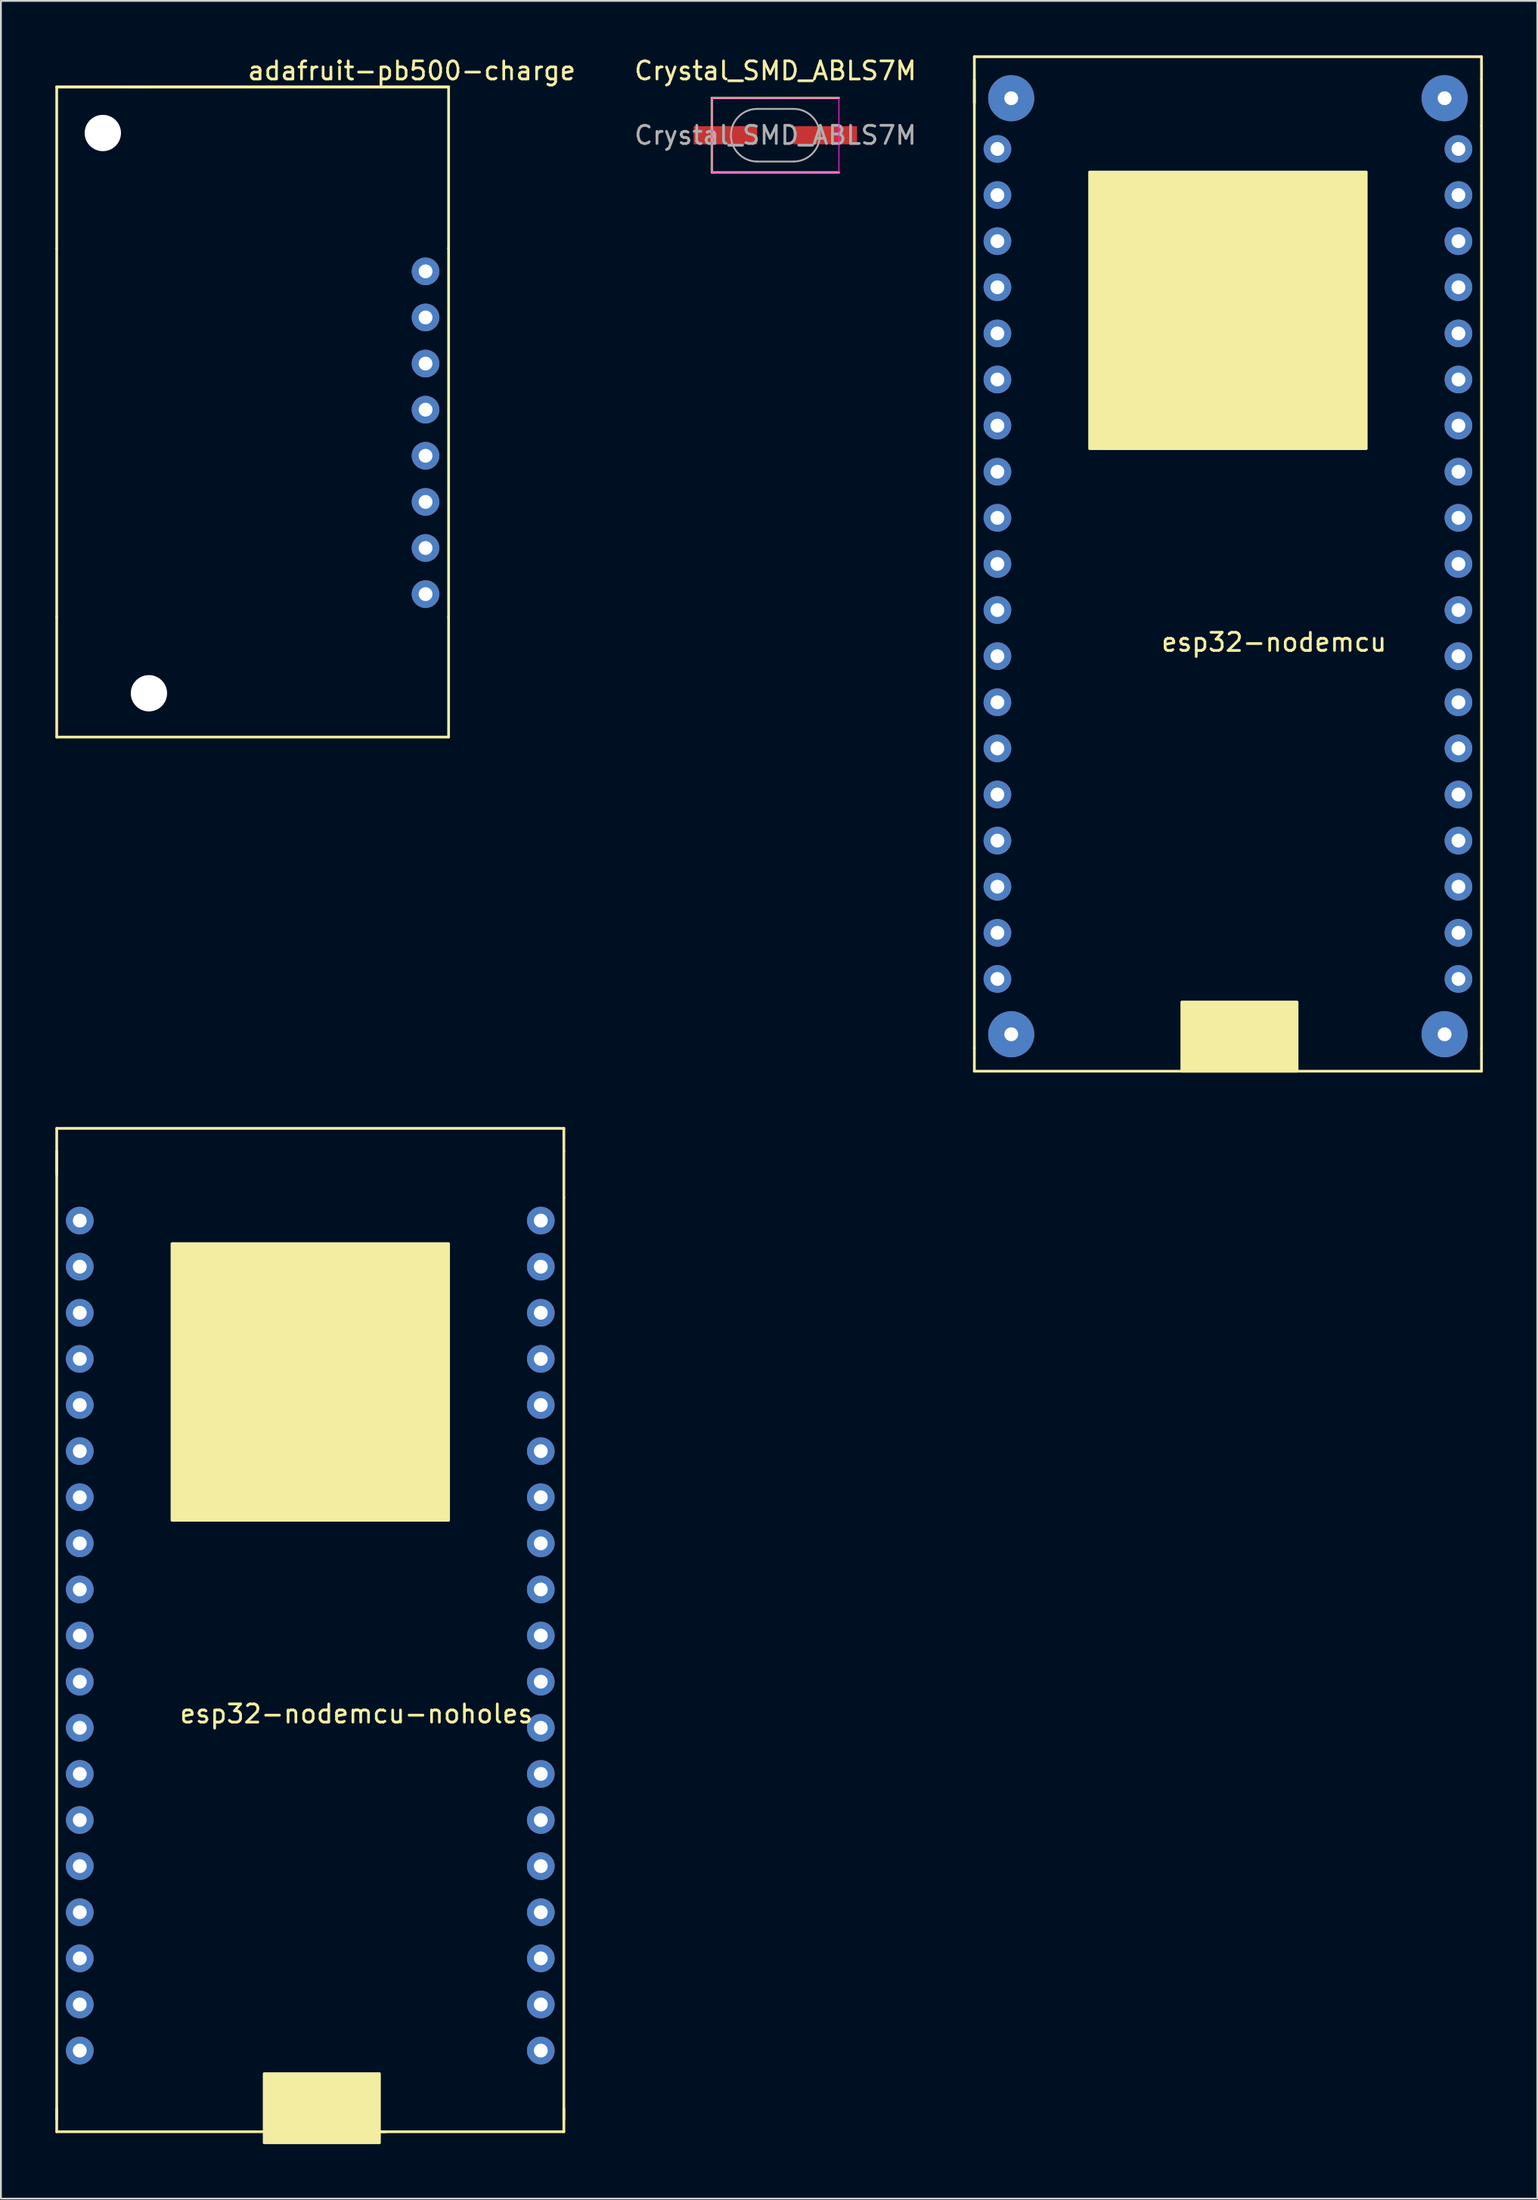
<source format=kicad_pcb>
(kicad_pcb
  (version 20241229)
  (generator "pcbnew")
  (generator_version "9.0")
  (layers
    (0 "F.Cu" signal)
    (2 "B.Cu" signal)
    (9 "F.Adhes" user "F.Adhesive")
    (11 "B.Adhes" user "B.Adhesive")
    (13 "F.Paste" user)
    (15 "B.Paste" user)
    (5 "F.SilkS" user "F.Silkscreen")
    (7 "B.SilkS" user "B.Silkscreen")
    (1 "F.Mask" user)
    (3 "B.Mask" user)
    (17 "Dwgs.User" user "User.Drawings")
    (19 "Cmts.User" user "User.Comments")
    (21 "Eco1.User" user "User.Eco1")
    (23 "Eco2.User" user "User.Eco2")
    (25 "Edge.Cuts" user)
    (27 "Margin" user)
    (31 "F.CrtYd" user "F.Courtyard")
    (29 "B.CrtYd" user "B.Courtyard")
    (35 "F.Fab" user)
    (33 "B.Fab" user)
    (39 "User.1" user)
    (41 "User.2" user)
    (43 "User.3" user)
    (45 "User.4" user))
  (footprint "adafruit-pb500-charge"
    (layer "F.Cu")
    (at 14.045 16.977)
    (property "Reference" "adafruit-pb500-charge" (at 5.588 -16.129 0) (layer "F.SilkS") (effects (font (size 1 1) (thickness 0.15))))
    (attr through_hole)
    (fp_line (start -13.97 -15.24) (end -8.89 -15.24) (stroke (width 0.15) (type solid)) (layer "F.SilkS"))
    (fp_line (start -13.97 -15.24) (end 7.62 -15.24) (stroke (width 0.15) (type solid)) (layer "F.SilkS"))
    (fp_line (start -13.97 -6.35) (end -13.97 -15.24) (stroke (width 0.15) (type solid)) (layer "F.SilkS"))
    (fp_line (start -13.97 -6.35) (end -13.97 13.97) (stroke (width 0.15) (type solid)) (layer "F.SilkS"))
    (fp_line (start -13.97 20.574) (end -13.97 13.97) (stroke (width 0.15) (type solid)) (layer "F.SilkS"))
    (fp_line (start -13.97 20.574) (end 7.62 20.574) (stroke (width 0.15) (type solid)) (layer "F.SilkS"))
    (fp_line (start 7.62 -15.24) (end -10.16 -15.24) (stroke (width 0.15) (type solid)) (layer "F.SilkS"))
    (fp_line (start 7.62 -6.35) (end 7.62 -15.24) (stroke (width 0.15) (type solid)) (layer "F.SilkS"))
    (fp_line (start 7.62 -6.35) (end 7.62 13.97) (stroke (width 0.15) (type solid)) (layer "F.SilkS"))
    (fp_line (start 7.62 20.574) (end 7.62 13.97) (stroke (width 0.15) (type solid)) (layer "F.SilkS"))
    (pad "" np_thru_hole circle (at -11.43 -12.7) (size 2 2) (drill 2) (layers "*.Cu" "*.Mask"))
    (pad "" np_thru_hole circle (at -8.89 18.161) (size 2 2) (drill 2) (layers "*.Cu" "*.Mask"))
    (pad "1" thru_hole circle (at 6.35 -5.08) (size 1.524 1.524) (drill 0.762) (layers "*.Cu" "*.Mask"))
    (pad "2" thru_hole circle (at 6.35 -2.54) (size 1.524 1.524) (drill 0.762) (layers "*.Cu" "*.Mask"))
    (pad "3" thru_hole circle (at 6.35 0) (size 1.524 1.524) (drill 0.762) (layers "*.Cu" "*.Mask"))
    (pad "4" thru_hole circle (at 6.35 2.54) (size 1.524 1.524) (drill 0.762) (layers "*.Cu" "*.Mask"))
    (pad "5" thru_hole circle (at 6.35 5.08) (size 1.524 1.524) (drill 0.762) (layers "*.Cu" "*.Mask"))
    (pad "6" thru_hole circle (at 6.35 7.62) (size 1.524 1.524) (drill 0.762) (layers "*.Cu" "*.Mask"))
    (pad "7" thru_hole circle (at 6.35 10.16) (size 1.524 1.524) (drill 0.762) (layers "*.Cu" "*.Mask"))
    (pad "8" thru_hole circle (at 6.35 12.7) (size 1.524 1.524) (drill 0.762) (layers "*.Cu" "*.Mask")))
  (footprint "esp32-nodemcu"
    (layer "F.Cu")
    (at 67.141 31.825)
    (property "Reference" "esp32-nodemcu" (at 0 0.5 0) (layer "F.SilkS") (effects (font (size 1 1) (thickness 0.15))))
    (attr through_hole)
    (fp_line (start -16.51 -31.75) (end -16.51 -29.21) (stroke (width 0.15) (type solid)) (layer "F.SilkS"))
    (fp_line (start -16.51 22.86) (end -16.51 -30.48) (stroke (width 0.15) (type solid)) (layer "F.SilkS"))
    (fp_line (start -16.51 24.13) (end -16.51 22.86) (stroke (width 0.15) (type solid)) (layer "F.SilkS"))
    (fp_line (start 11.43 -31.75) (end -16.51 -31.75) (stroke (width 0.15) (type solid)) (layer "F.SilkS"))
    (fp_line (start 11.43 -30.48) (end 11.43 -31.75) (stroke (width 0.15) (type solid)) (layer "F.SilkS"))
    (fp_line (start 11.43 -30.48) (end 11.43 -27.94) (stroke (width 0.15) (type solid)) (layer "F.SilkS"))
    (fp_line (start 11.43 -27.94) (end 11.43 22.86) (stroke (width 0.15) (type solid)) (layer "F.SilkS"))
    (fp_line (start 11.43 22.86) (end 11.43 24.13) (stroke (width 0.15) (type solid)) (layer "F.SilkS"))
    (fp_line (start 11.43 24.13) (end -16.51 24.13) (stroke (width 0.15) (type solid)) (layer "F.SilkS"))
    (fp_poly (pts (xy -10.16 -25.4) (xy -10.16 -10.16) (xy 5.08 -10.16) (xy 5.08 -25.4)) (stroke (width 0.15) (type solid)) (fill yes) (layer "F.SilkS"))
    (fp_poly (pts (xy -5.08 20.32) (xy -5.08 24.13) (xy 1.27 24.13) (xy 1.27 20.32)) (stroke (width 0.15) (type solid)) (fill yes) (layer "F.SilkS"))
    (pad "" np_thru_hole circle (at -14.478 -29.464) (size 2.54 2.54) (drill 0.762) (layers "*.Cu" "*.Mask"))
    (pad "" np_thru_hole circle (at -14.478 22.098) (size 2.54 2.54) (drill 0.762) (layers "*.Cu" "*.Mask"))
    (pad "" np_thru_hole circle (at 9.398 -29.464) (size 2.54 2.54) (drill 0.762) (layers "*.Cu" "*.Mask"))
    (pad "" np_thru_hole circle (at 9.398 22.098) (size 2.54 2.54) (drill 0.762) (layers "*.Cu" "*.Mask"))
    (pad "1" thru_hole circle (at -15.24 -26.67) (size 1.524 1.524) (drill 0.762) (layers "*.Cu" "*.Mask"))
    (pad "2" thru_hole circle (at -15.24 -24.13) (size 1.524 1.524) (drill 0.762) (layers "*.Cu" "*.Mask"))
    (pad "3" thru_hole circle (at -15.24 -21.59) (size 1.524 1.524) (drill 0.762) (layers "*.Cu" "*.Mask"))
    (pad "4" thru_hole circle (at -15.24 -19.05) (size 1.524 1.524) (drill 0.762) (layers "*.Cu" "*.Mask"))
    (pad "5" thru_hole circle (at -15.24 -16.51) (size 1.524 1.524) (drill 0.762) (layers "*.Cu" "*.Mask"))
    (pad "6" thru_hole circle (at -15.24 -13.97) (size 1.524 1.524) (drill 0.762) (layers "*.Cu" "*.Mask"))
    (pad "7" thru_hole circle (at -15.24 -11.43) (size 1.524 1.524) (drill 0.762) (layers "*.Cu" "*.Mask"))
    (pad "8" thru_hole circle (at -15.24 -8.89) (size 1.524 1.524) (drill 0.762) (layers "*.Cu" "*.Mask"))
    (pad "9" thru_hole circle (at -15.24 -6.35) (size 1.524 1.524) (drill 0.762) (layers "*.Cu" "*.Mask"))
    (pad "10" thru_hole circle (at -15.24 -3.81) (size 1.524 1.524) (drill 0.762) (layers "*.Cu" "*.Mask"))
    (pad "11" thru_hole circle (at -15.24 -1.27) (size 1.524 1.524) (drill 0.762) (layers "*.Cu" "*.Mask"))
    (pad "12" thru_hole circle (at -15.24 1.27) (size 1.524 1.524) (drill 0.762) (layers "*.Cu" "*.Mask"))
    (pad "13" thru_hole circle (at -15.24 3.81) (size 1.524 1.524) (drill 0.762) (layers "*.Cu" "*.Mask"))
    (pad "14" thru_hole circle (at -15.24 6.35) (size 1.524 1.524) (drill 0.762) (layers "*.Cu" "*.Mask"))
    (pad "15" thru_hole circle (at -15.24 8.89) (size 1.524 1.524) (drill 0.762) (layers "*.Cu" "*.Mask"))
    (pad "16" thru_hole circle (at -15.24 11.43) (size 1.524 1.524) (drill 0.762) (layers "*.Cu" "*.Mask"))
    (pad "17" thru_hole circle (at -15.24 13.97) (size 1.524 1.524) (drill 0.762) (layers "*.Cu" "*.Mask"))
    (pad "18" thru_hole circle (at -15.24 16.51) (size 1.524 1.524) (drill 0.762) (layers "*.Cu" "*.Mask"))
    (pad "19" thru_hole circle (at -15.24 19.05) (size 1.524 1.524) (drill 0.762) (layers "*.Cu" "*.Mask"))
    (pad "20" thru_hole circle (at 10.16 19.05) (size 1.524 1.524) (drill 0.762) (layers "*.Cu" "*.Mask"))
    (pad "21" thru_hole circle (at 10.16 16.51) (size 1.524 1.524) (drill 0.762) (layers "*.Cu" "*.Mask"))
    (pad "22" thru_hole circle (at 10.16 13.97) (size 1.524 1.524) (drill 0.762) (layers "*.Cu" "*.Mask"))
    (pad "23" thru_hole circle (at 10.16 11.43) (size 1.524 1.524) (drill 0.762) (layers "*.Cu" "*.Mask"))
    (pad "24" thru_hole circle (at 10.16 8.89) (size 1.524 1.524) (drill 0.762) (layers "*.Cu" "*.Mask"))
    (pad "25" thru_hole circle (at 10.16 6.35) (size 1.524 1.524) (drill 0.762) (layers "*.Cu" "*.Mask"))
    (pad "26" thru_hole circle (at 10.16 3.81) (size 1.524 1.524) (drill 0.762) (layers "*.Cu" "*.Mask"))
    (pad "27" thru_hole circle (at 10.16 1.27) (size 1.524 1.524) (drill 0.762) (layers "*.Cu" "*.Mask"))
    (pad "28" thru_hole circle (at 10.16 -1.27) (size 1.524 1.524) (drill 0.762) (layers "*.Cu" "*.Mask"))
    (pad "29" thru_hole circle (at 10.16 -3.81) (size 1.524 1.524) (drill 0.762) (layers "*.Cu" "*.Mask"))
    (pad "30" thru_hole circle (at 10.16 -6.35) (size 1.524 1.524) (drill 0.762) (layers "*.Cu" "*.Mask"))
    (pad "31" thru_hole circle (at 10.16 -8.89) (size 1.524 1.524) (drill 0.762) (layers "*.Cu" "*.Mask"))
    (pad "32" thru_hole circle (at 10.16 -11.43) (size 1.524 1.524) (drill 0.762) (layers "*.Cu" "*.Mask"))
    (pad "33" thru_hole circle (at 10.16 -13.97) (size 1.524 1.524) (drill 0.762) (layers "*.Cu" "*.Mask"))
    (pad "34" thru_hole circle (at 10.16 -16.51) (size 1.524 1.524) (drill 0.762) (layers "*.Cu" "*.Mask"))
    (pad "35" thru_hole circle (at 10.16 -19.05) (size 1.524 1.524) (drill 0.762) (layers "*.Cu" "*.Mask"))
    (pad "36" thru_hole circle (at 10.16 -21.59) (size 1.524 1.524) (drill 0.762) (layers "*.Cu" "*.Mask"))
    (pad "37" thru_hole circle (at 10.16 -24.13) (size 1.524 1.524) (drill 0.762) (layers "*.Cu" "*.Mask"))
    (pad "38" thru_hole circle (at 10.16 -26.67) (size 1.524 1.524) (drill 0.762) (layers "*.Cu" "*.Mask")))
  (footprint "Crystal_SMD_ABLS7M"
    (layer "F.Cu")
    (at 39.669 4.398)
    (property "Reference" "Crystal_SMD_ABLS7M" (at 0 -3.55 0) (layer "F.SilkS") (effects (font (size 1 1) (thickness 0.15))))
    (attr smd)
    (fp_line (start -3.5 -2.05) (end -3.5 2.05) (stroke (width 0.12) (type solid)) (layer "F.SilkS"))
    (fp_line (start -3.5 2.05) (end 3.5 2.05) (stroke (width 0.12) (type solid)) (layer "F.SilkS"))
    (fp_line (start 3.5 -2.05) (end -3.5 -2.05) (stroke (width 0.12) (type solid)) (layer "F.SilkS"))
    (fp_line (start -3.5 -2.05) (end -3.5 2.05) (stroke (width 0.05) (type solid)) (layer "F.CrtYd"))
    (fp_line (start -3.5 2.05) (end 3.5 2.05) (stroke (width 0.05) (type solid)) (layer "F.CrtYd"))
    (fp_line (start 3.5 -2.05) (end -3.5 -2.05) (stroke (width 0.05) (type solid)) (layer "F.CrtYd"))
    (fp_line (start 3.5 2.05) (end 3.5 -2.05) (stroke (width 0.05) (type solid)) (layer "F.CrtYd"))
    (fp_line (start -1 -1.45) (end 1 -1.45) (stroke (width 0.1) (type solid)) (layer "F.Fab"))
    (fp_line (start -1 1.45) (end 1 1.45) (stroke (width 0.1) (type solid)) (layer "F.Fab"))
    (fp_arc (start -1 1.45) (mid -2.45 0) (end -1 -1.45) (stroke (width 0.1) (type solid)) (layer "F.Fab"))
    (fp_arc (start 1 -1.45) (mid 2.45 0) (end 1 1.45) (stroke (width 0.1) (type solid)) (layer "F.Fab"))
    (fp_text user "${REFERENCE}" (at 0 0 0) (layer "F.Fab") (effects (font (size 1 1) (thickness 0.15))))
    (pad "1" smd rect (at -2.75 0) (size 3.5 1) (layers "F.Cu" "F.Mask" "F.Paste"))
    (pad "2" smd rect (at 2.75 0) (size 3.5 1) (layers "F.Cu" "F.Mask" "F.Paste")))
  (footprint "esp32-nodemcu-noholes"
    (layer "F.Cu")
    (at 16.585 90.855)
    (property "Reference" "esp32-nodemcu-noholes" (at 0 0.5 0) (layer "F.SilkS") (effects (font (size 1 1) (thickness 0.15))))
    (attr through_hole)
    (fp_line (start -16.51 -31.75) (end -16.51 -29.21) (stroke (width 0.15) (type solid)) (layer "F.SilkS"))
    (fp_line (start -16.51 22.86) (end -16.51 -30.48) (stroke (width 0.15) (type solid)) (layer "F.SilkS"))
    (fp_line (start -16.51 23.52) (end -16.51 22.25) (stroke (width 0.15) (type solid)) (layer "F.SilkS"))
    (fp_line (start 1.321 23.52) (end 11.43 23.52) (stroke (width 0.15) (type solid)) (layer "F.SilkS"))
    (fp_line (start 1.626 23.52) (end -16.51 23.52) (stroke (width 0.15) (type solid)) (layer "F.SilkS"))
    (fp_line (start 11.43 -31.75) (end -16.51 -31.75) (stroke (width 0.15) (type solid)) (layer "F.SilkS"))
    (fp_line (start 11.43 -30.48) (end 11.43 -31.75) (stroke (width 0.15) (type solid)) (layer "F.SilkS"))
    (fp_line (start 11.43 -30.48) (end 11.43 -27.94) (stroke (width 0.15) (type solid)) (layer "F.SilkS"))
    (fp_line (start 11.43 -27.94) (end 11.43 22.86) (stroke (width 0.15) (type solid)) (layer "F.SilkS"))
    (fp_line (start 11.43 22.25) (end 11.43 23.52) (stroke (width 0.15) (type solid)) (layer "F.SilkS"))
    (fp_poly (pts (xy -10.16 -25.4) (xy -10.16 -10.16) (xy 5.08 -10.16) (xy 5.08 -25.4)) (stroke (width 0.15) (type solid)) (fill yes) (layer "F.SilkS"))
    (fp_poly (pts (xy -5.08 20.32) (xy -5.08 24.13) (xy 1.27 24.13) (xy 1.27 20.32)) (stroke (width 0.15) (type solid)) (fill yes) (layer "F.SilkS"))
    (pad "1" thru_hole circle (at -15.24 -26.67) (size 1.524 1.524) (drill 0.762) (layers "*.Cu" "*.Mask"))
    (pad "2" thru_hole circle (at -15.24 -24.13) (size 1.524 1.524) (drill 0.762) (layers "*.Cu" "*.Mask"))
    (pad "3" thru_hole circle (at -15.24 -21.59) (size 1.524 1.524) (drill 0.762) (layers "*.Cu" "*.Mask"))
    (pad "4" thru_hole circle (at -15.24 -19.05) (size 1.524 1.524) (drill 0.762) (layers "*.Cu" "*.Mask"))
    (pad "5" thru_hole circle (at -15.24 -16.51) (size 1.524 1.524) (drill 0.762) (layers "*.Cu" "*.Mask"))
    (pad "6" thru_hole circle (at -15.24 -13.97) (size 1.524 1.524) (drill 0.762) (layers "*.Cu" "*.Mask"))
    (pad "7" thru_hole circle (at -15.24 -11.43) (size 1.524 1.524) (drill 0.762) (layers "*.Cu" "*.Mask"))
    (pad "8" thru_hole circle (at -15.24 -8.89) (size 1.524 1.524) (drill 0.762) (layers "*.Cu" "*.Mask"))
    (pad "9" thru_hole circle (at -15.24 -6.35) (size 1.524 1.524) (drill 0.762) (layers "*.Cu" "*.Mask"))
    (pad "10" thru_hole circle (at -15.24 -3.81) (size 1.524 1.524) (drill 0.762) (layers "*.Cu" "*.Mask"))
    (pad "11" thru_hole circle (at -15.24 -1.27) (size 1.524 1.524) (drill 0.762) (layers "*.Cu" "*.Mask"))
    (pad "12" thru_hole circle (at -15.24 1.27) (size 1.524 1.524) (drill 0.762) (layers "*.Cu" "*.Mask"))
    (pad "13" thru_hole circle (at -15.24 3.81) (size 1.524 1.524) (drill 0.762) (layers "*.Cu" "*.Mask"))
    (pad "14" thru_hole circle (at -15.24 6.35) (size 1.524 1.524) (drill 0.762) (layers "*.Cu" "*.Mask"))
    (pad "15" thru_hole circle (at -15.24 8.89) (size 1.524 1.524) (drill 0.762) (layers "*.Cu" "*.Mask"))
    (pad "16" thru_hole circle (at -15.24 11.43) (size 1.524 1.524) (drill 0.762) (layers "*.Cu" "*.Mask"))
    (pad "17" thru_hole circle (at -15.24 13.97) (size 1.524 1.524) (drill 0.762) (layers "*.Cu" "*.Mask"))
    (pad "18" thru_hole circle (at -15.24 16.51) (size 1.524 1.524) (drill 0.762) (layers "*.Cu" "*.Mask"))
    (pad "19" thru_hole circle (at -15.24 19.05) (size 1.524 1.524) (drill 0.762) (layers "*.Cu" "*.Mask"))
    (pad "20" thru_hole circle (at 10.16 19.05) (size 1.524 1.524) (drill 0.762) (layers "*.Cu" "*.Mask"))
    (pad "21" thru_hole circle (at 10.16 16.51) (size 1.524 1.524) (drill 0.762) (layers "*.Cu" "*.Mask"))
    (pad "22" thru_hole circle (at 10.16 13.97) (size 1.524 1.524) (drill 0.762) (layers "*.Cu" "*.Mask"))
    (pad "23" thru_hole circle (at 10.16 11.43) (size 1.524 1.524) (drill 0.762) (layers "*.Cu" "*.Mask"))
    (pad "24" thru_hole circle (at 10.16 8.89) (size 1.524 1.524) (drill 0.762) (layers "*.Cu" "*.Mask"))
    (pad "25" thru_hole circle (at 10.16 6.35) (size 1.524 1.524) (drill 0.762) (layers "*.Cu" "*.Mask"))
    (pad "26" thru_hole circle (at 10.16 3.81) (size 1.524 1.524) (drill 0.762) (layers "*.Cu" "*.Mask"))
    (pad "27" thru_hole circle (at 10.16 1.27) (size 1.524 1.524) (drill 0.762) (layers "*.Cu" "*.Mask"))
    (pad "28" thru_hole circle (at 10.16 -1.27) (size 1.524 1.524) (drill 0.762) (layers "*.Cu" "*.Mask"))
    (pad "29" thru_hole circle (at 10.16 -3.81) (size 1.524 1.524) (drill 0.762) (layers "*.Cu" "*.Mask"))
    (pad "30" thru_hole circle (at 10.16 -6.35) (size 1.524 1.524) (drill 0.762) (layers "*.Cu" "*.Mask"))
    (pad "31" thru_hole circle (at 10.16 -8.89) (size 1.524 1.524) (drill 0.762) (layers "*.Cu" "*.Mask"))
    (pad "32" thru_hole circle (at 10.16 -11.43) (size 1.524 1.524) (drill 0.762) (layers "*.Cu" "*.Mask"))
    (pad "33" thru_hole circle (at 10.16 -13.97) (size 1.524 1.524) (drill 0.762) (layers "*.Cu" "*.Mask"))
    (pad "34" thru_hole circle (at 10.16 -16.51) (size 1.524 1.524) (drill 0.762) (layers "*.Cu" "*.Mask"))
    (pad "35" thru_hole circle (at 10.16 -19.05) (size 1.524 1.524) (drill 0.762) (layers "*.Cu" "*.Mask"))
    (pad "36" thru_hole circle (at 10.16 -21.59) (size 1.524 1.524) (drill 0.762) (layers "*.Cu" "*.Mask"))
    (pad "37" thru_hole circle (at 10.16 -24.13) (size 1.524 1.524) (drill 0.762) (layers "*.Cu" "*.Mask"))
    (pad "38" thru_hole circle (at 10.16 -26.67) (size 1.524 1.524) (drill 0.762) (layers "*.Cu" "*.Mask")))
  (gr_rect
    (start -3 -3)
    (end 81.646 118.06)
    (stroke (width 0.1) (type default))
    (fill no)
    (layer "Edge.Cuts")))
</source>
